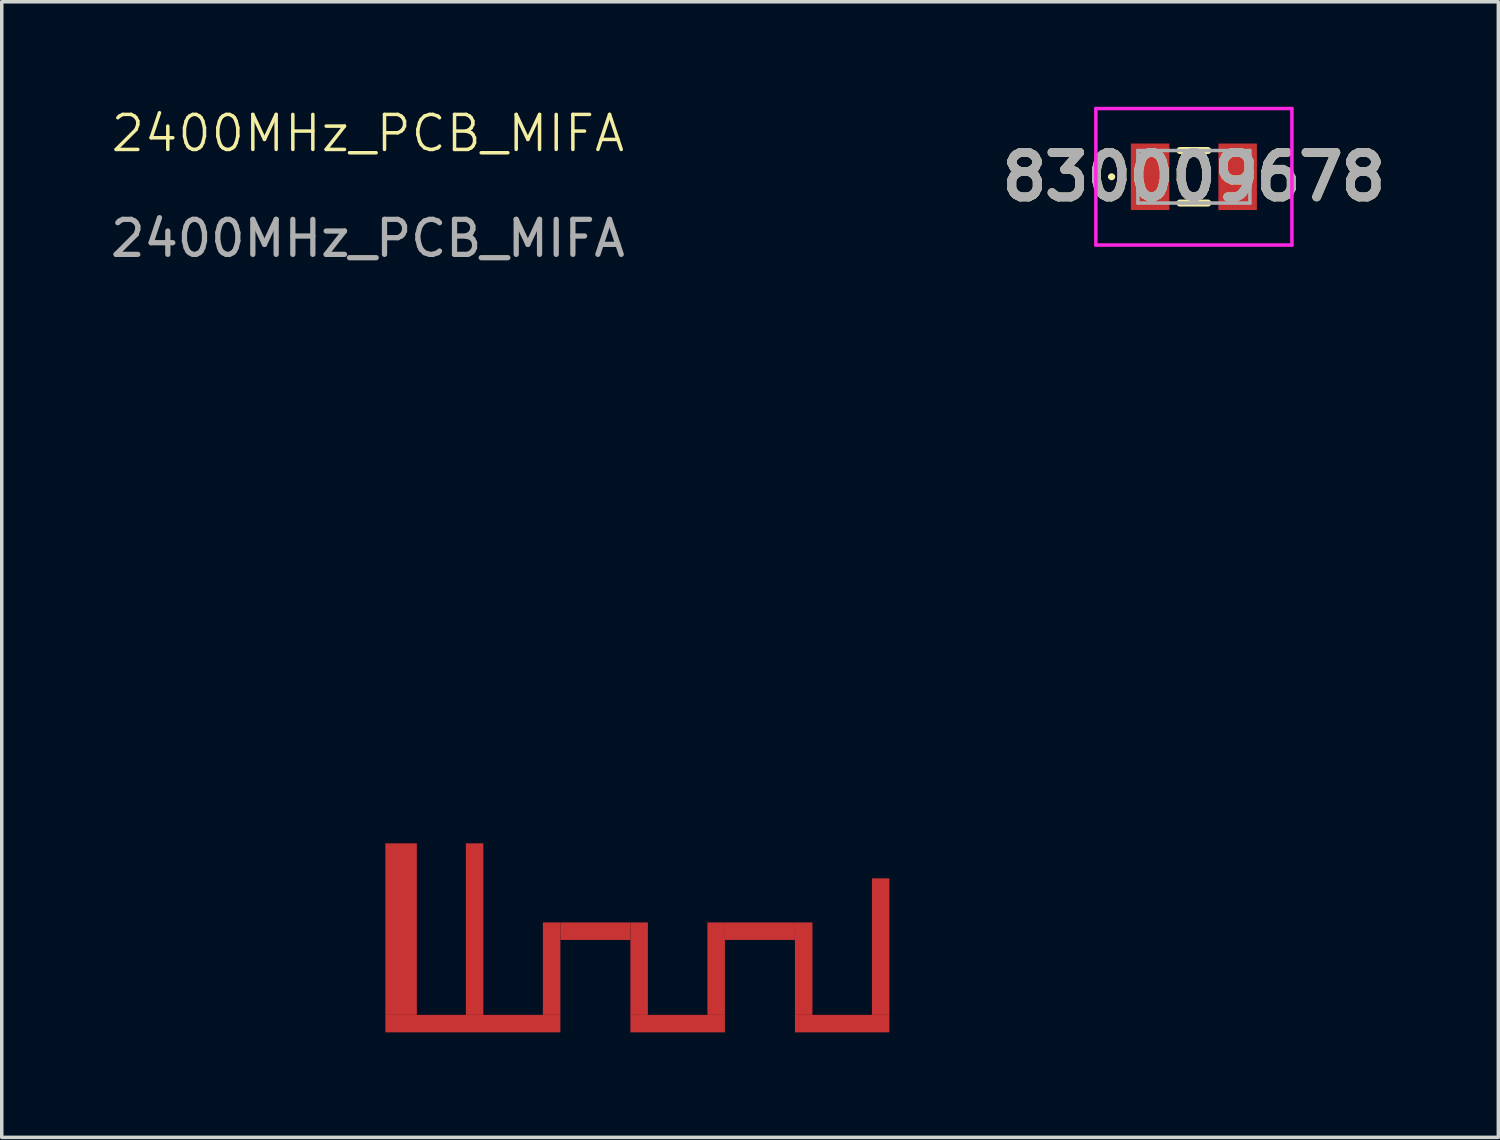
<source format=kicad_pcb>
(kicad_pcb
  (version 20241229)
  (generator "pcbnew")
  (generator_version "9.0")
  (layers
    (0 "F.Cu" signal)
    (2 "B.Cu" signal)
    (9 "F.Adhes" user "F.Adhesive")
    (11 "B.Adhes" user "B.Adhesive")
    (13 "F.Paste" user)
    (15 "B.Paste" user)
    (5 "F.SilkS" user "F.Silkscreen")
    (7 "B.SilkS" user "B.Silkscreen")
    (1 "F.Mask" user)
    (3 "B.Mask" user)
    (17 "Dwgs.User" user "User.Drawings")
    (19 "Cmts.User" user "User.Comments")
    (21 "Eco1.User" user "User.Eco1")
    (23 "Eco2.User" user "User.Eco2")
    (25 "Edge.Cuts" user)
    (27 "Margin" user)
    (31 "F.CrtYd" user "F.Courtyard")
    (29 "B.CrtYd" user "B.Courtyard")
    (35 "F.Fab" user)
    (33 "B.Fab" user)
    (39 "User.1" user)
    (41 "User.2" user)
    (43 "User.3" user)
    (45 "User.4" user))
  (footprint "830009678"
    (layer "F.Cu")
    (at 31.055 2)
    (property "Reference" "830009678" (at 0 0 0) (layer "F.SilkS") (effects (font (size 1.27 1.27) (thickness 0.254))))
    (attr smd)
    (fp_line (start -2.4 0) (end -2.4 0) (stroke (width 0.1) (type solid)) (layer "F.SilkS"))
    (fp_line (start -2.3 0) (end -2.3 0) (stroke (width 0.1) (type solid)) (layer "F.SilkS"))
    (fp_line (start -0.4 -0.75) (end 0.4 -0.75) (stroke (width 0.2) (type solid)) (layer "F.SilkS"))
    (fp_line (start -0.4 0.75) (end 0.4 0.75) (stroke (width 0.2) (type solid)) (layer "F.SilkS"))
    (fp_arc (start -2.4 0) (mid -2.35 -0.05) (end -2.3 0) (stroke (width 0.1) (type solid)) (layer "F.SilkS"))
    (fp_arc (start -2.3 0) (mid -2.35 0.05) (end -2.4 0) (stroke (width 0.1) (type solid)) (layer "F.SilkS"))
    (fp_line (start -2.8 -1.95) (end 2.8 -1.95) (stroke (width 0.1) (type solid)) (layer "F.CrtYd"))
    (fp_line (start -2.8 1.95) (end -2.8 -1.95) (stroke (width 0.1) (type solid)) (layer "F.CrtYd"))
    (fp_line (start 2.8 -1.95) (end 2.8 1.95) (stroke (width 0.1) (type solid)) (layer "F.CrtYd"))
    (fp_line (start 2.8 1.95) (end -2.8 1.95) (stroke (width 0.1) (type solid)) (layer "F.CrtYd"))
    (fp_line (start -1.6 -0.75) (end -1.6 0.75) (stroke (width 0.1) (type solid)) (layer "F.Fab"))
    (fp_line (start -1.6 0.75) (end 1.6 0.75) (stroke (width 0.1) (type solid)) (layer "F.Fab"))
    (fp_line (start 1.6 -0.75) (end -1.6 -0.75) (stroke (width 0.1) (type solid)) (layer "F.Fab"))
    (fp_line (start 1.6 0.75) (end 1.6 -0.75) (stroke (width 0.1) (type solid)) (layer "F.Fab"))
    (fp_text user "${REFERENCE}" (at 0 0 0) (layer "F.Fab") (effects (font (size 1.27 1.27) (thickness 0.254))))
    (pad "1" smd rect (at -1.25 0) (size 1.1 1.9) (layers "F.Cu" "F.Mask" "F.Paste"))
    (pad "2" smd rect (at 1.25 0) (size 1.1 1.9) (layers "F.Cu" "F.Mask" "F.Paste")))
  (footprint "2400MHz_PCB_MIFA"
    (layer "F.Cu")
    (at 7.458 21.541)
    (property "Reference" "2400MHz_PCB_MIFA" (at 0 -20.78 0) (unlocked yes) (layer "F.SilkS") (effects (font (size 1 1) (thickness 0.1))))
    (attr smd)
    (fp_text user "${REFERENCE}" (at 0 -17.78 0) (unlocked yes) (layer "F.Fab") (effects (font (size 1 1) (thickness 0.15))))
    (pad "1" smd rect (at 3 4.65) (size 5 0.5) (layers "F.Cu" "F.Mask"))
    (pad "1" smd rect (at 3.05 1.95) (size 0.5 4.9) (layers "F.Cu" "F.Mask"))
    (pad "1" smd rect (at 5.25 3.08) (size 0.5 2.64) (layers "F.Cu" "F.Mask"))
    (pad "1" smd rect (at 6.5 2.01) (size 2 0.5) (layers "F.Cu" "F.Mask"))
    (pad "1" smd rect (at 7.75 3.08) (size 0.5 2.64) (layers "F.Cu" "F.Mask"))
    (pad "1" smd rect (at 8.85 4.65) (size 2.7 0.5) (layers "F.Cu" "F.Mask"))
    (pad "1" smd rect (at 9.95 3.08) (size 0.5 2.64) (layers "F.Cu" "F.Mask"))
    (pad "1" smd rect (at 11.2 2.01) (size 2 0.5) (layers "F.Cu" "F.Mask"))
    (pad "1" smd rect (at 12.45 3.08) (size 0.5 2.64) (layers "F.Cu" "F.Mask"))
    (pad "1" smd rect (at 13.55 4.65) (size 2.7 0.5) (layers "F.Cu" "F.Mask"))
    (pad "1" smd rect (at 14.65 2.45) (size 0.5 3.9) (layers "F.Cu" "F.Mask"))
    (pad "2" smd rect (at 0.95 1.95) (size 0.9 4.9) (layers "F.Cu" "F.Mask")))
  (gr_rect
    (start -3 -3)
    (end 39.752 29.441)
    (stroke (width 0.1) (type default))
    (fill no)
    (layer "Edge.Cuts")))
</source>
